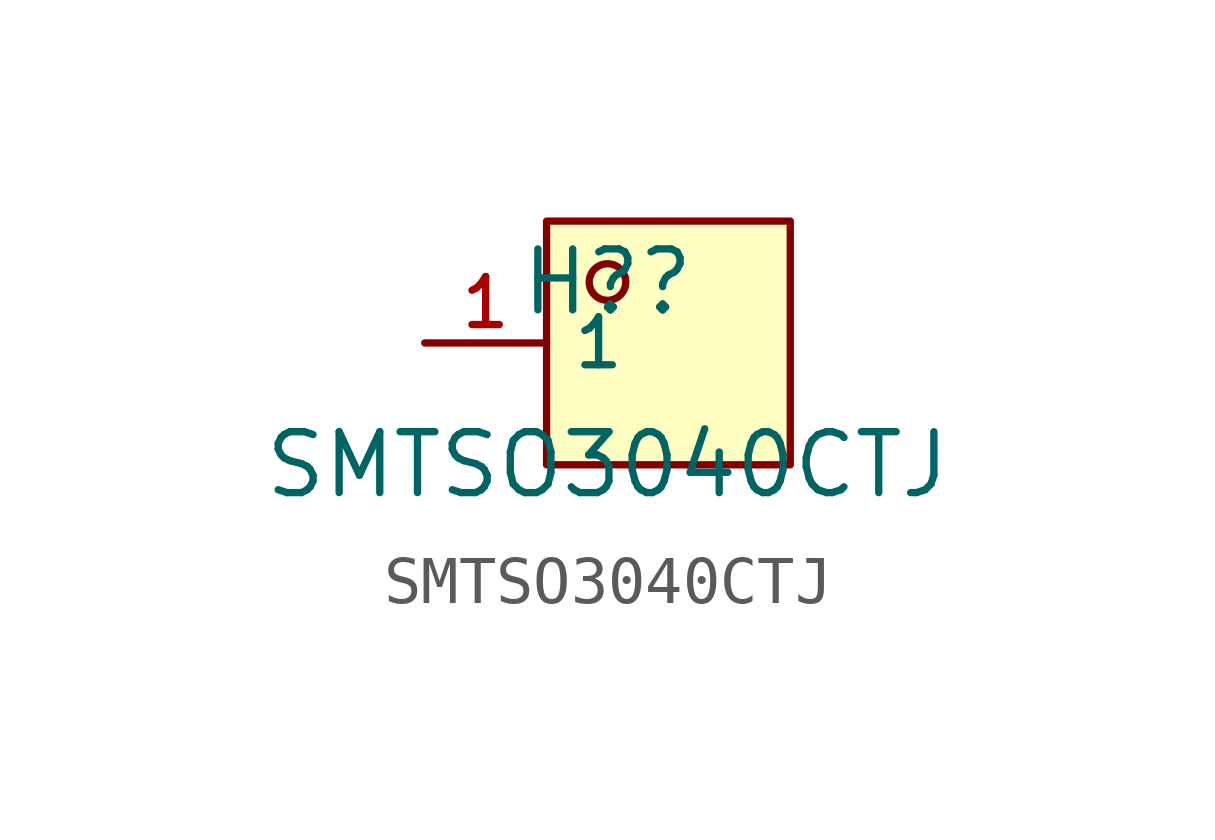
<source format=kicad_sym>
(kicad_symbol_lib
  (version 20210201)
  (generator TousstNicolas/JLC2KiCad_lib)
  (symbol "SMTSO3040CTJ"
    (property "Reference" "H?"
      (at 0 1.27 0)
      (effects (font (size 1.27 1.27))))
    (property "Value" "SMTSO3040CTJ"
      (at 0 -2.54 0)
      (effects (font (size 1.27 1.27))))
    (symbol "SMTSO3040CTJ_0_1"
      (rectangle (start -1.27 2.54) (end 3.81 -2.54) (stroke (width 0) (type default) (color 0 0 0 0)) (fill (type background)))
      (circle (center 0.0 1.27) (radius 0.381) (stroke (width 0) (type default) (color 0 0 0 0)) (fill (type background)))
      (pin unspecified line (at -3.81 -0.0 0) (length 2.54) (name "1" (effects (font (size 1 1)))) (number "1" (effects (font (size 1 1))))))))
</source>
